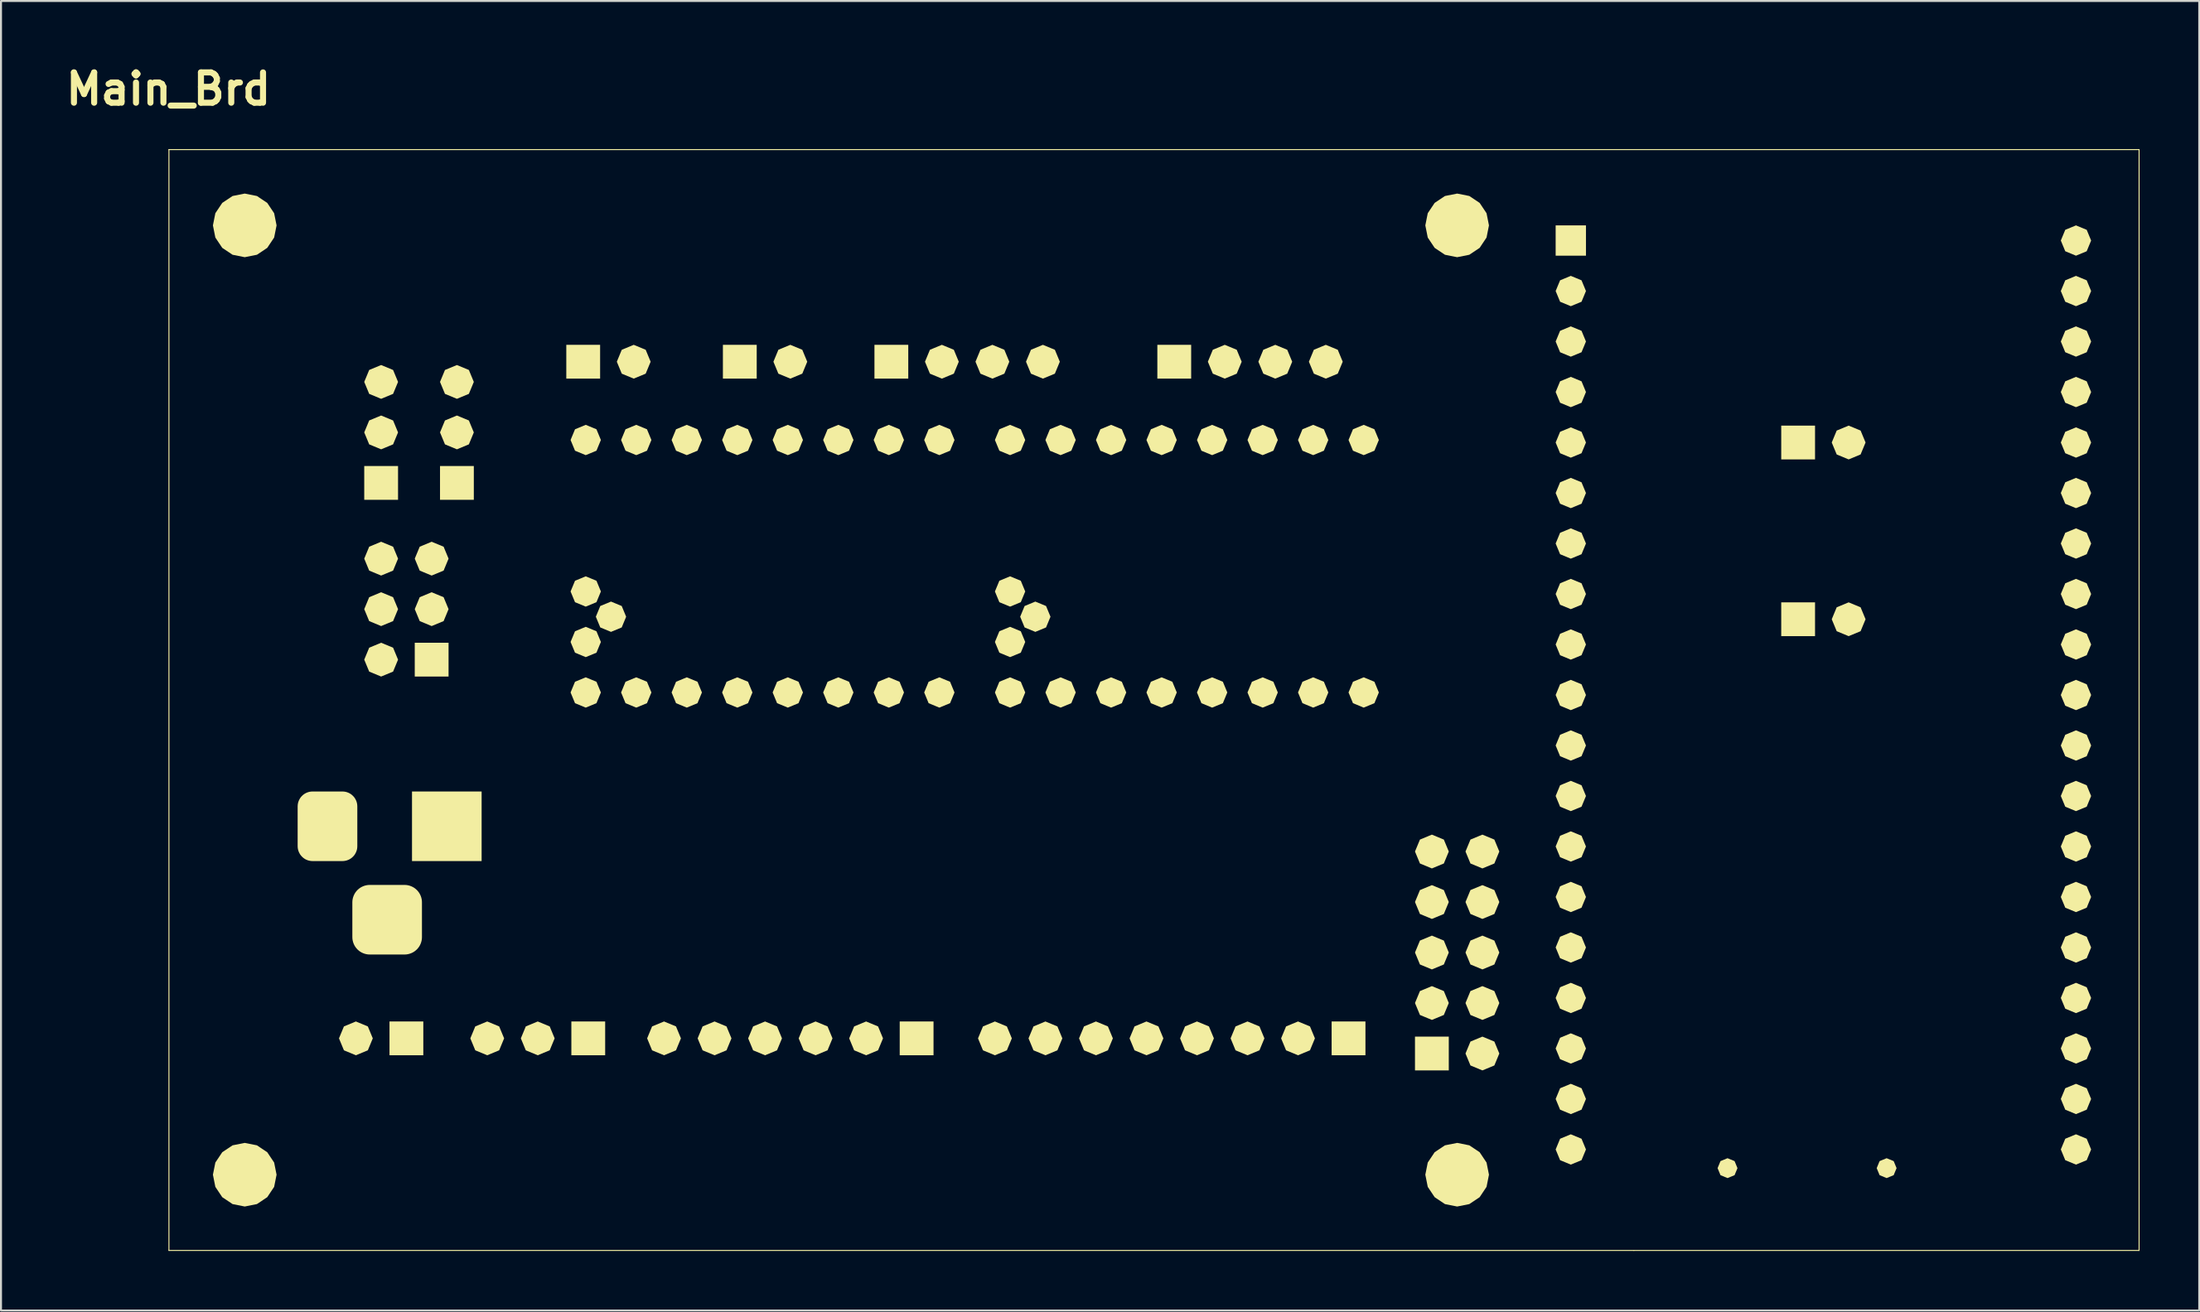
<source format=kicad_pcb>
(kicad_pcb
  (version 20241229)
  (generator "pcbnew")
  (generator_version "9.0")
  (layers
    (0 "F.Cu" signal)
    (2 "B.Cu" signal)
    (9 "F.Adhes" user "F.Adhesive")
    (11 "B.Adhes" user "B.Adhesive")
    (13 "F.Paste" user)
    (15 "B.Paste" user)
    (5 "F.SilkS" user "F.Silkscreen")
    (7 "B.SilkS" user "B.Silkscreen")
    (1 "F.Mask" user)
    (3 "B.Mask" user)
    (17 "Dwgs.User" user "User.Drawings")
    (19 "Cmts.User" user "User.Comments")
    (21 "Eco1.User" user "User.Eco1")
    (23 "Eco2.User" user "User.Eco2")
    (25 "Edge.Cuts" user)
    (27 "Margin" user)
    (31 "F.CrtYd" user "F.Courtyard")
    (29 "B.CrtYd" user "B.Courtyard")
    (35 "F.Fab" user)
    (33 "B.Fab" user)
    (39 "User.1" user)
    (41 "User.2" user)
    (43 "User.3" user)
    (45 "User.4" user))
  (footprint "Main_Brd"
    (layer "F.Cu")
    (at 5.421 4.452)
    (property "Reference" "Main_Brd" (at 0 -3.025 0) (layer "F.SilkS") (effects (font (size 1.524 1.524) (thickness 0.305))))
    (attr exclude_from_pos_files exclude_from_bom)
    (fp_line (start 0.023 0.023) (end 0.023 55.395) (stroke (width 0.05) (type solid)) (layer "F.SilkS"))
    (fp_line (start 0.023 0.023) (end 99.083 0.023) (stroke (width 0.05) (type solid)) (layer "F.SilkS"))
    (fp_line (start 0.023 55.395) (end 73.683 55.395) (stroke (width 0.05) (type solid)) (layer "F.SilkS"))
    (fp_line (start 73.683 55.395) (end 99.083 55.395) (stroke (width 0.05) (type solid)) (layer "F.SilkS"))
    (fp_line (start 99.083 0.023) (end 99.083 55.395) (stroke (width 0.05) (type solid)) (layer "F.SilkS"))
    (fp_poly (pts (xy 11.113 43.879) (xy 12.813 43.879) (xy 12.813 45.579) (xy 11.113 45.579) (xy 11.113 43.879)) (stroke (width 0) (type solid)) (fill yes) (layer "F.SilkS"))
    (fp_poly (pts (xy 11.543 15.939) (xy 11.543 17.639) (xy 9.843 17.639) (xy 9.843 15.939) (xy 11.543 15.939)) (stroke (width 0) (type solid)) (fill yes) (layer "F.SilkS"))
    (fp_poly (pts (xy 12.245 35.811) (xy 12.245 32.311) (xy 15.745 32.311) (xy 15.745 35.811) (xy 12.245 35.811)) (stroke (width 0) (type solid)) (fill yes) (layer "F.SilkS"))
    (fp_poly (pts (xy 14.083 24.829) (xy 14.083 26.529) (xy 12.383 26.529) (xy 12.383 24.829) (xy 14.083 24.829)) (stroke (width 0) (type solid)) (fill yes) (layer "F.SilkS"))
    (fp_poly (pts (xy 15.353 15.939) (xy 15.353 17.639) (xy 13.653 17.639) (xy 13.653 15.939) (xy 15.353 15.939)) (stroke (width 0) (type solid)) (fill yes) (layer "F.SilkS"))
    (fp_poly (pts (xy 20.257 43.879) (xy 21.957 43.879) (xy 21.957 45.579) (xy 20.257 45.579) (xy 20.257 43.879)) (stroke (width 0) (type solid)) (fill yes) (layer "F.SilkS"))
    (fp_poly (pts (xy 21.703 11.543) (xy 20.003 11.543) (xy 20.003 9.843) (xy 21.703 9.843) (xy 21.703 11.543)) (stroke (width 0) (type solid)) (fill yes) (layer "F.SilkS"))
    (fp_poly (pts (xy 29.577 11.543) (xy 27.877 11.543) (xy 27.877 9.843) (xy 29.577 9.843) (xy 29.577 11.543)) (stroke (width 0) (type solid)) (fill yes) (layer "F.SilkS"))
    (fp_poly (pts (xy 36.767 43.879) (xy 38.467 43.879) (xy 38.467 45.579) (xy 36.767 45.579) (xy 36.767 43.879)) (stroke (width 0) (type solid)) (fill yes) (layer "F.SilkS"))
    (fp_poly (pts (xy 37.197 11.543) (xy 35.497 11.543) (xy 35.497 9.843) (xy 37.197 9.843) (xy 37.197 11.543)) (stroke (width 0) (type solid)) (fill yes) (layer "F.SilkS"))
    (fp_poly (pts (xy 51.421 11.543) (xy 49.721 11.543) (xy 49.721 9.843) (xy 51.421 9.843) (xy 51.421 11.543)) (stroke (width 0) (type solid)) (fill yes) (layer "F.SilkS"))
    (fp_poly (pts (xy 58.484 43.879) (xy 60.184 43.879) (xy 60.184 45.579) (xy 58.484 45.579) (xy 58.484 43.879)) (stroke (width 0) (type solid)) (fill yes) (layer "F.SilkS"))
    (fp_poly (pts (xy 64.375 44.641) (xy 64.375 46.341) (xy 62.675 46.341) (xy 62.675 44.641) (xy 64.375 44.641)) (stroke (width 0) (type solid)) (fill yes) (layer "F.SilkS"))
    (fp_poly (pts (xy 69.748 5.359) (xy 69.748 3.835) (xy 71.272 3.835) (xy 71.272 5.359) (xy 69.748 5.359)) (stroke (width 0) (type solid)) (fill yes) (layer "F.SilkS"))
    (fp_poly (pts (xy 82.79 15.607) (xy 81.09 15.607) (xy 81.09 13.907) (xy 82.79 13.907) (xy 82.79 15.607)) (stroke (width 0) (type solid)) (fill yes) (layer "F.SilkS"))
    (fp_poly (pts (xy 82.79 24.497) (xy 81.09 24.497) (xy 81.09 22.797) (xy 82.79 22.797) (xy 82.79 24.497)) (stroke (width 0) (type solid)) (fill yes) (layer "F.SilkS"))
    (fp_poly (pts (xy 10.273 44.729) (xy 10.024 45.33) (xy 9.423 45.579) (xy 8.822 45.33) (xy 8.573 44.729) (xy 8.822 44.128) (xy 9.423 43.879) (xy 10.024 44.128) (xy 10.273 44.729)) (stroke (width 0) (type solid)) (fill yes) (layer "F.SilkS"))
    (fp_poly (pts (xy 11.543 11.709) (xy 11.294 12.31) (xy 10.693 12.559) (xy 10.092 12.31) (xy 9.843 11.709) (xy 10.092 11.108) (xy 10.693 10.859) (xy 11.294 11.108) (xy 11.543 11.709)) (stroke (width 0) (type solid)) (fill yes) (layer "F.SilkS"))
    (fp_poly (pts (xy 11.543 14.249) (xy 11.294 14.85) (xy 10.693 15.099) (xy 10.092 14.85) (xy 9.843 14.249) (xy 10.092 13.648) (xy 10.693 13.399) (xy 11.294 13.648) (xy 11.543 14.249)) (stroke (width 0) (type solid)) (fill yes) (layer "F.SilkS"))
    (fp_poly (pts (xy 11.543 20.599) (xy 11.294 21.2) (xy 10.693 21.449) (xy 10.092 21.2) (xy 9.843 20.599) (xy 10.092 19.998) (xy 10.693 19.749) (xy 11.294 19.998) (xy 11.543 20.599)) (stroke (width 0) (type solid)) (fill yes) (layer "F.SilkS"))
    (fp_poly (pts (xy 11.543 23.139) (xy 11.294 23.74) (xy 10.693 23.989) (xy 10.092 23.74) (xy 9.843 23.139) (xy 10.092 22.538) (xy 10.693 22.289) (xy 11.294 22.538) (xy 11.543 23.139)) (stroke (width 0) (type solid)) (fill yes) (layer "F.SilkS"))
    (fp_poly (pts (xy 11.543 25.679) (xy 11.294 26.28) (xy 10.693 26.529) (xy 10.092 26.28) (xy 9.843 25.679) (xy 10.092 25.078) (xy 10.693 24.829) (xy 11.294 25.078) (xy 11.543 25.679)) (stroke (width 0) (type solid)) (fill yes) (layer "F.SilkS"))
    (fp_poly (pts (xy 14.083 20.599) (xy 13.834 21.2) (xy 13.233 21.449) (xy 12.632 21.2) (xy 12.383 20.599) (xy 12.632 19.998) (xy 13.233 19.749) (xy 13.834 19.998) (xy 14.083 20.599)) (stroke (width 0) (type solid)) (fill yes) (layer "F.SilkS"))
    (fp_poly (pts (xy 14.083 23.139) (xy 13.834 23.74) (xy 13.233 23.989) (xy 12.632 23.74) (xy 12.383 23.139) (xy 12.632 22.538) (xy 13.233 22.289) (xy 13.834 22.538) (xy 14.083 23.139)) (stroke (width 0) (type solid)) (fill yes) (layer "F.SilkS"))
    (fp_poly (pts (xy 15.353 11.709) (xy 15.104 12.31) (xy 14.503 12.559) (xy 13.902 12.31) (xy 13.653 11.709) (xy 13.902 11.108) (xy 14.503 10.859) (xy 15.104 11.108) (xy 15.353 11.709)) (stroke (width 0) (type solid)) (fill yes) (layer "F.SilkS"))
    (fp_poly (pts (xy 15.353 14.249) (xy 15.104 14.85) (xy 14.503 15.099) (xy 13.902 14.85) (xy 13.653 14.249) (xy 13.902 13.648) (xy 14.503 13.399) (xy 15.104 13.648) (xy 15.353 14.249)) (stroke (width 0) (type solid)) (fill yes) (layer "F.SilkS"))
    (fp_poly (pts (xy 16.877 44.729) (xy 16.628 45.33) (xy 16.027 45.579) (xy 15.426 45.33) (xy 15.177 44.729) (xy 15.426 44.128) (xy 16.027 43.879) (xy 16.628 44.128) (xy 16.877 44.729)) (stroke (width 0) (type solid)) (fill yes) (layer "F.SilkS"))
    (fp_poly (pts (xy 19.417 44.729) (xy 19.168 45.33) (xy 18.567 45.579) (xy 17.966 45.33) (xy 17.717 44.729) (xy 17.966 44.128) (xy 18.567 43.879) (xy 19.168 44.128) (xy 19.417 44.729)) (stroke (width 0) (type solid)) (fill yes) (layer "F.SilkS"))
    (fp_poly (pts (xy 21.742 14.63) (xy 21.519 15.169) (xy 20.98 15.392) (xy 20.441 15.169) (xy 20.218 14.63) (xy 20.441 14.091) (xy 20.98 13.868) (xy 21.519 14.091) (xy 21.742 14.63)) (stroke (width 0) (type solid)) (fill yes) (layer "F.SilkS"))
    (fp_poly (pts (xy 21.742 22.25) (xy 21.519 22.789) (xy 20.98 23.012) (xy 20.441 22.789) (xy 20.218 22.25) (xy 20.441 21.711) (xy 20.98 21.488) (xy 21.519 21.711) (xy 21.742 22.25)) (stroke (width 0) (type solid)) (fill yes) (layer "F.SilkS"))
    (fp_poly (pts (xy 21.742 24.79) (xy 21.519 25.329) (xy 20.98 25.552) (xy 20.441 25.329) (xy 20.218 24.79) (xy 20.441 24.251) (xy 20.98 24.028) (xy 21.519 24.251) (xy 21.742 24.79)) (stroke (width 0) (type solid)) (fill yes) (layer "F.SilkS"))
    (fp_poly (pts (xy 21.742 27.33) (xy 21.519 27.869) (xy 20.98 28.092) (xy 20.441 27.869) (xy 20.218 27.33) (xy 20.441 26.791) (xy 20.98 26.568) (xy 21.519 26.791) (xy 21.742 27.33)) (stroke (width 0) (type solid)) (fill yes) (layer "F.SilkS"))
    (fp_poly (pts (xy 23.012 23.52) (xy 22.789 24.059) (xy 22.25 24.282) (xy 21.711 24.059) (xy 21.488 23.52) (xy 21.711 22.981) (xy 22.25 22.758) (xy 22.789 22.981) (xy 23.012 23.52)) (stroke (width 0) (type solid)) (fill yes) (layer "F.SilkS"))
    (fp_poly (pts (xy 24.243 10.693) (xy 23.994 11.294) (xy 23.393 11.543) (xy 22.792 11.294) (xy 22.543 10.693) (xy 22.792 10.092) (xy 23.393 9.843) (xy 23.994 10.092) (xy 24.243 10.693)) (stroke (width 0) (type solid)) (fill yes) (layer "F.SilkS"))
    (fp_poly (pts (xy 24.282 14.63) (xy 24.059 15.169) (xy 23.52 15.392) (xy 22.981 15.169) (xy 22.758 14.63) (xy 22.981 14.091) (xy 23.52 13.868) (xy 24.059 14.091) (xy 24.282 14.63)) (stroke (width 0) (type solid)) (fill yes) (layer "F.SilkS"))
    (fp_poly (pts (xy 24.282 27.33) (xy 24.059 27.869) (xy 23.52 28.092) (xy 22.981 27.869) (xy 22.758 27.33) (xy 22.981 26.791) (xy 23.52 26.568) (xy 24.059 26.791) (xy 24.282 27.33)) (stroke (width 0) (type solid)) (fill yes) (layer "F.SilkS"))
    (fp_poly (pts (xy 25.767 44.729) (xy 25.518 45.33) (xy 24.917 45.579) (xy 24.316 45.33) (xy 24.067 44.729) (xy 24.316 44.128) (xy 24.917 43.879) (xy 25.518 44.128) (xy 25.767 44.729)) (stroke (width 0) (type solid)) (fill yes) (layer "F.SilkS"))
    (fp_poly (pts (xy 26.822 14.63) (xy 26.599 15.169) (xy 26.06 15.392) (xy 25.521 15.169) (xy 25.298 14.63) (xy 25.521 14.091) (xy 26.06 13.868) (xy 26.599 14.091) (xy 26.822 14.63)) (stroke (width 0) (type solid)) (fill yes) (layer "F.SilkS"))
    (fp_poly (pts (xy 26.822 27.33) (xy 26.599 27.869) (xy 26.06 28.092) (xy 25.521 27.869) (xy 25.298 27.33) (xy 25.521 26.791) (xy 26.06 26.568) (xy 26.599 26.791) (xy 26.822 27.33)) (stroke (width 0) (type solid)) (fill yes) (layer "F.SilkS"))
    (fp_poly (pts (xy 28.307 44.729) (xy 28.058 45.33) (xy 27.457 45.579) (xy 26.856 45.33) (xy 26.607 44.729) (xy 26.856 44.128) (xy 27.457 43.879) (xy 28.058 44.128) (xy 28.307 44.729)) (stroke (width 0) (type solid)) (fill yes) (layer "F.SilkS"))
    (fp_poly (pts (xy 29.362 14.63) (xy 29.139 15.169) (xy 28.6 15.392) (xy 28.061 15.169) (xy 27.838 14.63) (xy 28.061 14.091) (xy 28.6 13.868) (xy 29.139 14.091) (xy 29.362 14.63)) (stroke (width 0) (type solid)) (fill yes) (layer "F.SilkS"))
    (fp_poly (pts (xy 29.362 27.33) (xy 29.139 27.869) (xy 28.6 28.092) (xy 28.061 27.869) (xy 27.838 27.33) (xy 28.061 26.791) (xy 28.6 26.568) (xy 29.139 26.791) (xy 29.362 27.33)) (stroke (width 0) (type solid)) (fill yes) (layer "F.SilkS"))
    (fp_poly (pts (xy 30.847 44.729) (xy 30.598 45.33) (xy 29.997 45.579) (xy 29.396 45.33) (xy 29.147 44.729) (xy 29.396 44.128) (xy 29.997 43.879) (xy 30.598 44.128) (xy 30.847 44.729)) (stroke (width 0) (type solid)) (fill yes) (layer "F.SilkS"))
    (fp_poly (pts (xy 31.902 14.63) (xy 31.679 15.169) (xy 31.14 15.392) (xy 30.601 15.169) (xy 30.378 14.63) (xy 30.601 14.091) (xy 31.14 13.868) (xy 31.679 14.091) (xy 31.902 14.63)) (stroke (width 0) (type solid)) (fill yes) (layer "F.SilkS"))
    (fp_poly (pts (xy 31.902 27.33) (xy 31.679 27.869) (xy 31.14 28.092) (xy 30.601 27.869) (xy 30.378 27.33) (xy 30.601 26.791) (xy 31.14 26.568) (xy 31.679 26.791) (xy 31.902 27.33)) (stroke (width 0) (type solid)) (fill yes) (layer "F.SilkS"))
    (fp_poly (pts (xy 32.117 10.693) (xy 31.868 11.294) (xy 31.267 11.543) (xy 30.666 11.294) (xy 30.417 10.693) (xy 30.666 10.092) (xy 31.267 9.843) (xy 31.868 10.092) (xy 32.117 10.693)) (stroke (width 0) (type solid)) (fill yes) (layer "F.SilkS"))
    (fp_poly (pts (xy 33.387 44.729) (xy 33.138 45.33) (xy 32.537 45.579) (xy 31.936 45.33) (xy 31.687 44.729) (xy 31.936 44.128) (xy 32.537 43.879) (xy 33.138 44.128) (xy 33.387 44.729)) (stroke (width 0) (type solid)) (fill yes) (layer "F.SilkS"))
    (fp_poly (pts (xy 34.442 14.63) (xy 34.219 15.169) (xy 33.68 15.392) (xy 33.141 15.169) (xy 32.918 14.63) (xy 33.141 14.091) (xy 33.68 13.868) (xy 34.219 14.091) (xy 34.442 14.63)) (stroke (width 0) (type solid)) (fill yes) (layer "F.SilkS"))
    (fp_poly (pts (xy 34.442 27.33) (xy 34.219 27.869) (xy 33.68 28.092) (xy 33.141 27.869) (xy 32.918 27.33) (xy 33.141 26.791) (xy 33.68 26.568) (xy 34.219 26.791) (xy 34.442 27.33)) (stroke (width 0) (type solid)) (fill yes) (layer "F.SilkS"))
    (fp_poly (pts (xy 35.927 44.729) (xy 35.678 45.33) (xy 35.077 45.579) (xy 34.476 45.33) (xy 34.227 44.729) (xy 34.476 44.128) (xy 35.077 43.879) (xy 35.678 44.128) (xy 35.927 44.729)) (stroke (width 0) (type solid)) (fill yes) (layer "F.SilkS"))
    (fp_poly (pts (xy 36.982 14.63) (xy 36.759 15.169) (xy 36.22 15.392) (xy 35.681 15.169) (xy 35.458 14.63) (xy 35.681 14.091) (xy 36.22 13.868) (xy 36.759 14.091) (xy 36.982 14.63)) (stroke (width 0) (type solid)) (fill yes) (layer "F.SilkS"))
    (fp_poly (pts (xy 36.982 27.33) (xy 36.759 27.869) (xy 36.22 28.092) (xy 35.681 27.869) (xy 35.458 27.33) (xy 35.681 26.791) (xy 36.22 26.568) (xy 36.759 26.791) (xy 36.982 27.33)) (stroke (width 0) (type solid)) (fill yes) (layer "F.SilkS"))
    (fp_poly (pts (xy 39.522 14.63) (xy 39.299 15.169) (xy 38.76 15.392) (xy 38.221 15.169) (xy 37.998 14.63) (xy 38.221 14.091) (xy 38.76 13.868) (xy 39.299 14.091) (xy 39.522 14.63)) (stroke (width 0) (type solid)) (fill yes) (layer "F.SilkS"))
    (fp_poly (pts (xy 39.522 27.33) (xy 39.299 27.869) (xy 38.76 28.092) (xy 38.221 27.869) (xy 37.998 27.33) (xy 38.221 26.791) (xy 38.76 26.568) (xy 39.299 26.791) (xy 39.522 27.33)) (stroke (width 0) (type solid)) (fill yes) (layer "F.SilkS"))
    (fp_poly (pts (xy 39.737 10.693) (xy 39.488 11.294) (xy 38.887 11.543) (xy 38.286 11.294) (xy 38.037 10.693) (xy 38.286 10.092) (xy 38.887 9.843) (xy 39.488 10.092) (xy 39.737 10.693)) (stroke (width 0) (type solid)) (fill yes) (layer "F.SilkS"))
    (fp_poly (pts (xy 42.277 10.693) (xy 42.028 11.294) (xy 41.427 11.543) (xy 40.826 11.294) (xy 40.577 10.693) (xy 40.826 10.092) (xy 41.427 9.843) (xy 42.028 10.092) (xy 42.277 10.693)) (stroke (width 0) (type solid)) (fill yes) (layer "F.SilkS"))
    (fp_poly (pts (xy 42.404 44.729) (xy 42.155 45.33) (xy 41.554 45.579) (xy 40.953 45.33) (xy 40.704 44.729) (xy 40.953 44.128) (xy 41.554 43.879) (xy 42.155 44.128) (xy 42.404 44.729)) (stroke (width 0) (type solid)) (fill yes) (layer "F.SilkS"))
    (fp_poly (pts (xy 43.078 14.63) (xy 42.855 15.169) (xy 42.316 15.392) (xy 41.777 15.169) (xy 41.554 14.63) (xy 41.777 14.091) (xy 42.316 13.868) (xy 42.855 14.091) (xy 43.078 14.63)) (stroke (width 0) (type solid)) (fill yes) (layer "F.SilkS"))
    (fp_poly (pts (xy 43.078 22.25) (xy 42.855 22.789) (xy 42.316 23.012) (xy 41.777 22.789) (xy 41.554 22.25) (xy 41.777 21.711) (xy 42.316 21.488) (xy 42.855 21.711) (xy 43.078 22.25)) (stroke (width 0) (type solid)) (fill yes) (layer "F.SilkS"))
    (fp_poly (pts (xy 43.078 24.79) (xy 42.855 25.329) (xy 42.316 25.552) (xy 41.777 25.329) (xy 41.554 24.79) (xy 41.777 24.251) (xy 42.316 24.028) (xy 42.855 24.251) (xy 43.078 24.79)) (stroke (width 0) (type solid)) (fill yes) (layer "F.SilkS"))
    (fp_poly (pts (xy 43.078 27.33) (xy 42.855 27.869) (xy 42.316 28.092) (xy 41.777 27.869) (xy 41.554 27.33) (xy 41.777 26.791) (xy 42.316 26.568) (xy 42.855 26.791) (xy 43.078 27.33)) (stroke (width 0) (type solid)) (fill yes) (layer "F.SilkS"))
    (fp_poly (pts (xy 44.348 23.52) (xy 44.125 24.059) (xy 43.586 24.282) (xy 43.047 24.059) (xy 42.824 23.52) (xy 43.047 22.981) (xy 43.586 22.758) (xy 44.125 22.981) (xy 44.348 23.52)) (stroke (width 0) (type solid)) (fill yes) (layer "F.SilkS"))
    (fp_poly (pts (xy 44.817 10.693) (xy 44.568 11.294) (xy 43.967 11.543) (xy 43.366 11.294) (xy 43.117 10.693) (xy 43.366 10.092) (xy 43.967 9.843) (xy 44.568 10.092) (xy 44.817 10.693)) (stroke (width 0) (type solid)) (fill yes) (layer "F.SilkS"))
    (fp_poly (pts (xy 44.944 44.729) (xy 44.695 45.33) (xy 44.094 45.579) (xy 43.493 45.33) (xy 43.244 44.729) (xy 43.493 44.128) (xy 44.094 43.879) (xy 44.695 44.128) (xy 44.944 44.729)) (stroke (width 0) (type solid)) (fill yes) (layer "F.SilkS"))
    (fp_poly (pts (xy 45.618 14.63) (xy 45.395 15.169) (xy 44.856 15.392) (xy 44.317 15.169) (xy 44.094 14.63) (xy 44.317 14.091) (xy 44.856 13.868) (xy 45.395 14.091) (xy 45.618 14.63)) (stroke (width 0) (type solid)) (fill yes) (layer "F.SilkS"))
    (fp_poly (pts (xy 45.618 27.33) (xy 45.395 27.869) (xy 44.856 28.092) (xy 44.317 27.869) (xy 44.094 27.33) (xy 44.317 26.791) (xy 44.856 26.568) (xy 45.395 26.791) (xy 45.618 27.33)) (stroke (width 0) (type solid)) (fill yes) (layer "F.SilkS"))
    (fp_poly (pts (xy 47.484 44.729) (xy 47.235 45.33) (xy 46.634 45.579) (xy 46.033 45.33) (xy 45.784 44.729) (xy 46.033 44.128) (xy 46.634 43.879) (xy 47.235 44.128) (xy 47.484 44.729)) (stroke (width 0) (type solid)) (fill yes) (layer "F.SilkS"))
    (fp_poly (pts (xy 48.158 14.63) (xy 47.935 15.169) (xy 47.396 15.392) (xy 46.857 15.169) (xy 46.634 14.63) (xy 46.857 14.091) (xy 47.396 13.868) (xy 47.935 14.091) (xy 48.158 14.63)) (stroke (width 0) (type solid)) (fill yes) (layer "F.SilkS"))
    (fp_poly (pts (xy 48.158 27.33) (xy 47.935 27.869) (xy 47.396 28.092) (xy 46.857 27.869) (xy 46.634 27.33) (xy 46.857 26.791) (xy 47.396 26.568) (xy 47.935 26.791) (xy 48.158 27.33)) (stroke (width 0) (type solid)) (fill yes) (layer "F.SilkS"))
    (fp_poly (pts (xy 50.024 44.729) (xy 49.775 45.33) (xy 49.174 45.579) (xy 48.573 45.33) (xy 48.324 44.729) (xy 48.573 44.128) (xy 49.174 43.879) (xy 49.775 44.128) (xy 50.024 44.729)) (stroke (width 0) (type solid)) (fill yes) (layer "F.SilkS"))
    (fp_poly (pts (xy 50.698 14.63) (xy 50.475 15.169) (xy 49.936 15.392) (xy 49.397 15.169) (xy 49.174 14.63) (xy 49.397 14.091) (xy 49.936 13.868) (xy 50.475 14.091) (xy 50.698 14.63)) (stroke (width 0) (type solid)) (fill yes) (layer "F.SilkS"))
    (fp_poly (pts (xy 50.698 27.33) (xy 50.475 27.869) (xy 49.936 28.092) (xy 49.397 27.869) (xy 49.174 27.33) (xy 49.397 26.791) (xy 49.936 26.568) (xy 50.475 26.791) (xy 50.698 27.33)) (stroke (width 0) (type solid)) (fill yes) (layer "F.SilkS"))
    (fp_poly (pts (xy 52.564 44.729) (xy 52.315 45.33) (xy 51.714 45.579) (xy 51.113 45.33) (xy 50.864 44.729) (xy 51.113 44.128) (xy 51.714 43.879) (xy 52.315 44.128) (xy 52.564 44.729)) (stroke (width 0) (type solid)) (fill yes) (layer "F.SilkS"))
    (fp_poly (pts (xy 53.238 14.63) (xy 53.015 15.169) (xy 52.476 15.392) (xy 51.937 15.169) (xy 51.714 14.63) (xy 51.937 14.091) (xy 52.476 13.868) (xy 53.015 14.091) (xy 53.238 14.63)) (stroke (width 0) (type solid)) (fill yes) (layer "F.SilkS"))
    (fp_poly (pts (xy 53.238 27.33) (xy 53.015 27.869) (xy 52.476 28.092) (xy 51.937 27.869) (xy 51.714 27.33) (xy 51.937 26.791) (xy 52.476 26.568) (xy 53.015 26.791) (xy 53.238 27.33)) (stroke (width 0) (type solid)) (fill yes) (layer "F.SilkS"))
    (fp_poly (pts (xy 53.961 10.693) (xy 53.712 11.294) (xy 53.111 11.543) (xy 52.51 11.294) (xy 52.261 10.693) (xy 52.51 10.092) (xy 53.111 9.843) (xy 53.712 10.092) (xy 53.961 10.693)) (stroke (width 0) (type solid)) (fill yes) (layer "F.SilkS"))
    (fp_poly (pts (xy 55.104 44.729) (xy 54.855 45.33) (xy 54.254 45.579) (xy 53.653 45.33) (xy 53.404 44.729) (xy 53.653 44.128) (xy 54.254 43.879) (xy 54.855 44.128) (xy 55.104 44.729)) (stroke (width 0) (type solid)) (fill yes) (layer "F.SilkS"))
    (fp_poly (pts (xy 55.778 14.63) (xy 55.555 15.169) (xy 55.016 15.392) (xy 54.477 15.169) (xy 54.254 14.63) (xy 54.477 14.091) (xy 55.016 13.868) (xy 55.555 14.091) (xy 55.778 14.63)) (stroke (width 0) (type solid)) (fill yes) (layer "F.SilkS"))
    (fp_poly (pts (xy 55.778 27.33) (xy 55.555 27.869) (xy 55.016 28.092) (xy 54.477 27.869) (xy 54.254 27.33) (xy 54.477 26.791) (xy 55.016 26.568) (xy 55.555 26.791) (xy 55.778 27.33)) (stroke (width 0) (type solid)) (fill yes) (layer "F.SilkS"))
    (fp_poly (pts (xy 56.501 10.693) (xy 56.252 11.294) (xy 55.651 11.543) (xy 55.05 11.294) (xy 54.801 10.693) (xy 55.05 10.092) (xy 55.651 9.843) (xy 56.252 10.092) (xy 56.501 10.693)) (stroke (width 0) (type solid)) (fill yes) (layer "F.SilkS"))
    (fp_poly (pts (xy 57.644 44.729) (xy 57.395 45.33) (xy 56.794 45.579) (xy 56.193 45.33) (xy 55.944 44.729) (xy 56.193 44.128) (xy 56.794 43.879) (xy 57.395 44.128) (xy 57.644 44.729)) (stroke (width 0) (type solid)) (fill yes) (layer "F.SilkS"))
    (fp_poly (pts (xy 58.318 14.63) (xy 58.095 15.169) (xy 57.556 15.392) (xy 57.017 15.169) (xy 56.794 14.63) (xy 57.017 14.091) (xy 57.556 13.868) (xy 58.095 14.091) (xy 58.318 14.63)) (stroke (width 0) (type solid)) (fill yes) (layer "F.SilkS"))
    (fp_poly (pts (xy 58.318 27.33) (xy 58.095 27.869) (xy 57.556 28.092) (xy 57.017 27.869) (xy 56.794 27.33) (xy 57.017 26.791) (xy 57.556 26.568) (xy 58.095 26.791) (xy 58.318 27.33)) (stroke (width 0) (type solid)) (fill yes) (layer "F.SilkS"))
    (fp_poly (pts (xy 59.041 10.693) (xy 58.792 11.294) (xy 58.191 11.543) (xy 57.59 11.294) (xy 57.341 10.693) (xy 57.59 10.092) (xy 58.191 9.843) (xy 58.792 10.092) (xy 59.041 10.693)) (stroke (width 0) (type solid)) (fill yes) (layer "F.SilkS"))
    (fp_poly (pts (xy 60.858 14.63) (xy 60.635 15.169) (xy 60.096 15.392) (xy 59.557 15.169) (xy 59.334 14.63) (xy 59.557 14.091) (xy 60.096 13.868) (xy 60.635 14.091) (xy 60.858 14.63)) (stroke (width 0) (type solid)) (fill yes) (layer "F.SilkS"))
    (fp_poly (pts (xy 60.858 27.33) (xy 60.635 27.869) (xy 60.096 28.092) (xy 59.557 27.869) (xy 59.334 27.33) (xy 59.557 26.791) (xy 60.096 26.568) (xy 60.635 26.791) (xy 60.858 27.33)) (stroke (width 0) (type solid)) (fill yes) (layer "F.SilkS"))
    (fp_poly (pts (xy 64.375 35.331) (xy 64.126 35.932) (xy 63.525 36.181) (xy 62.924 35.932) (xy 62.675 35.331) (xy 62.924 34.73) (xy 63.525 34.481) (xy 64.126 34.73) (xy 64.375 35.331)) (stroke (width 0) (type solid)) (fill yes) (layer "F.SilkS"))
    (fp_poly (pts (xy 64.375 37.871) (xy 64.126 38.472) (xy 63.525 38.721) (xy 62.924 38.472) (xy 62.675 37.871) (xy 62.924 37.27) (xy 63.525 37.021) (xy 64.126 37.27) (xy 64.375 37.871)) (stroke (width 0) (type solid)) (fill yes) (layer "F.SilkS"))
    (fp_poly (pts (xy 64.375 40.411) (xy 64.126 41.012) (xy 63.525 41.261) (xy 62.924 41.012) (xy 62.675 40.411) (xy 62.924 39.81) (xy 63.525 39.561) (xy 64.126 39.81) (xy 64.375 40.411)) (stroke (width 0) (type solid)) (fill yes) (layer "F.SilkS"))
    (fp_poly (pts (xy 64.375 42.951) (xy 64.126 43.552) (xy 63.525 43.801) (xy 62.924 43.552) (xy 62.675 42.951) (xy 62.924 42.35) (xy 63.525 42.101) (xy 64.126 42.35) (xy 64.375 42.951)) (stroke (width 0) (type solid)) (fill yes) (layer "F.SilkS"))
    (fp_poly (pts (xy 66.915 35.331) (xy 66.666 35.932) (xy 66.065 36.181) (xy 65.464 35.932) (xy 65.215 35.331) (xy 65.464 34.73) (xy 66.065 34.481) (xy 66.666 34.73) (xy 66.915 35.331)) (stroke (width 0) (type solid)) (fill yes) (layer "F.SilkS"))
    (fp_poly (pts (xy 66.915 37.871) (xy 66.666 38.472) (xy 66.065 38.721) (xy 65.464 38.472) (xy 65.215 37.871) (xy 65.464 37.27) (xy 66.065 37.021) (xy 66.666 37.27) (xy 66.915 37.871)) (stroke (width 0) (type solid)) (fill yes) (layer "F.SilkS"))
    (fp_poly (pts (xy 66.915 40.411) (xy 66.666 41.012) (xy 66.065 41.261) (xy 65.464 41.012) (xy 65.215 40.411) (xy 65.464 39.81) (xy 66.065 39.561) (xy 66.666 39.81) (xy 66.915 40.411)) (stroke (width 0) (type solid)) (fill yes) (layer "F.SilkS"))
    (fp_poly (pts (xy 66.915 42.951) (xy 66.666 43.552) (xy 66.065 43.801) (xy 65.464 43.552) (xy 65.215 42.951) (xy 65.464 42.35) (xy 66.065 42.101) (xy 66.666 42.35) (xy 66.915 42.951)) (stroke (width 0) (type solid)) (fill yes) (layer "F.SilkS"))
    (fp_poly (pts (xy 66.915 45.491) (xy 66.666 46.092) (xy 66.065 46.341) (xy 65.464 46.092) (xy 65.215 45.491) (xy 65.464 44.89) (xy 66.065 44.641) (xy 66.666 44.89) (xy 66.915 45.491)) (stroke (width 0) (type solid)) (fill yes) (layer "F.SilkS"))
    (fp_poly (pts (xy 71.272 7.137) (xy 71.049 7.676) (xy 70.51 7.899) (xy 69.971 7.676) (xy 69.748 7.137) (xy 69.971 6.598) (xy 70.51 6.375) (xy 71.049 6.598) (xy 71.272 7.137)) (stroke (width 0) (type solid)) (fill yes) (layer "F.SilkS"))
    (fp_poly (pts (xy 71.272 9.677) (xy 71.049 10.216) (xy 70.51 10.439) (xy 69.971 10.216) (xy 69.748 9.677) (xy 69.971 9.138) (xy 70.51 8.915) (xy 71.049 9.138) (xy 71.272 9.677)) (stroke (width 0) (type solid)) (fill yes) (layer "F.SilkS"))
    (fp_poly (pts (xy 71.272 12.217) (xy 71.049 12.756) (xy 70.51 12.979) (xy 69.971 12.756) (xy 69.748 12.217) (xy 69.971 11.678) (xy 70.51 11.455) (xy 71.049 11.678) (xy 71.272 12.217)) (stroke (width 0) (type solid)) (fill yes) (layer "F.SilkS"))
    (fp_poly (pts (xy 71.272 14.757) (xy 71.049 15.296) (xy 70.51 15.519) (xy 69.971 15.296) (xy 69.748 14.757) (xy 69.971 14.218) (xy 70.51 13.995) (xy 71.049 14.218) (xy 71.272 14.757)) (stroke (width 0) (type solid)) (fill yes) (layer "F.SilkS"))
    (fp_poly (pts (xy 71.272 17.297) (xy 71.049 17.836) (xy 70.51 18.059) (xy 69.971 17.836) (xy 69.748 17.297) (xy 69.971 16.758) (xy 70.51 16.535) (xy 71.049 16.758) (xy 71.272 17.297)) (stroke (width 0) (type solid)) (fill yes) (layer "F.SilkS"))
    (fp_poly (pts (xy 71.272 19.837) (xy 71.049 20.376) (xy 70.51 20.599) (xy 69.971 20.376) (xy 69.748 19.837) (xy 69.971 19.298) (xy 70.51 19.075) (xy 71.049 19.298) (xy 71.272 19.837)) (stroke (width 0) (type solid)) (fill yes) (layer "F.SilkS"))
    (fp_poly (pts (xy 71.272 22.377) (xy 71.049 22.916) (xy 70.51 23.139) (xy 69.971 22.916) (xy 69.748 22.377) (xy 69.971 21.838) (xy 70.51 21.615) (xy 71.049 21.838) (xy 71.272 22.377)) (stroke (width 0) (type solid)) (fill yes) (layer "F.SilkS"))
    (fp_poly (pts (xy 71.272 24.917) (xy 71.049 25.456) (xy 70.51 25.679) (xy 69.971 25.456) (xy 69.748 24.917) (xy 69.971 24.378) (xy 70.51 24.155) (xy 71.049 24.378) (xy 71.272 24.917)) (stroke (width 0) (type solid)) (fill yes) (layer "F.SilkS"))
    (fp_poly (pts (xy 71.272 27.457) (xy 71.049 27.996) (xy 70.51 28.219) (xy 69.971 27.996) (xy 69.748 27.457) (xy 69.971 26.918) (xy 70.51 26.695) (xy 71.049 26.918) (xy 71.272 27.457)) (stroke (width 0) (type solid)) (fill yes) (layer "F.SilkS"))
    (fp_poly (pts (xy 71.272 29.997) (xy 71.049 30.536) (xy 70.51 30.759) (xy 69.971 30.536) (xy 69.748 29.997) (xy 69.971 29.458) (xy 70.51 29.235) (xy 71.049 29.458) (xy 71.272 29.997)) (stroke (width 0) (type solid)) (fill yes) (layer "F.SilkS"))
    (fp_poly (pts (xy 71.272 32.537) (xy 71.049 33.076) (xy 70.51 33.299) (xy 69.971 33.076) (xy 69.748 32.537) (xy 69.971 31.998) (xy 70.51 31.775) (xy 71.049 31.998) (xy 71.272 32.537)) (stroke (width 0) (type solid)) (fill yes) (layer "F.SilkS"))
    (fp_poly (pts (xy 71.272 35.077) (xy 71.049 35.616) (xy 70.51 35.839) (xy 69.971 35.616) (xy 69.748 35.077) (xy 69.971 34.538) (xy 70.51 34.315) (xy 71.049 34.538) (xy 71.272 35.077)) (stroke (width 0) (type solid)) (fill yes) (layer "F.SilkS"))
    (fp_poly (pts (xy 71.272 37.617) (xy 71.049 38.156) (xy 70.51 38.379) (xy 69.971 38.156) (xy 69.748 37.617) (xy 69.971 37.078) (xy 70.51 36.855) (xy 71.049 37.078) (xy 71.272 37.617)) (stroke (width 0) (type solid)) (fill yes) (layer "F.SilkS"))
    (fp_poly (pts (xy 71.272 40.157) (xy 71.049 40.696) (xy 70.51 40.919) (xy 69.971 40.696) (xy 69.748 40.157) (xy 69.971 39.618) (xy 70.51 39.395) (xy 71.049 39.618) (xy 71.272 40.157)) (stroke (width 0) (type solid)) (fill yes) (layer "F.SilkS"))
    (fp_poly (pts (xy 71.272 42.697) (xy 71.049 43.236) (xy 70.51 43.459) (xy 69.971 43.236) (xy 69.748 42.697) (xy 69.971 42.158) (xy 70.51 41.935) (xy 71.049 42.158) (xy 71.272 42.697)) (stroke (width 0) (type solid)) (fill yes) (layer "F.SilkS"))
    (fp_poly (pts (xy 71.272 45.237) (xy 71.049 45.776) (xy 70.51 45.999) (xy 69.971 45.776) (xy 69.748 45.237) (xy 69.971 44.698) (xy 70.51 44.475) (xy 71.049 44.698) (xy 71.272 45.237)) (stroke (width 0) (type solid)) (fill yes) (layer "F.SilkS"))
    (fp_poly (pts (xy 71.272 47.777) (xy 71.049 48.316) (xy 70.51 48.539) (xy 69.971 48.316) (xy 69.748 47.777) (xy 69.971 47.238) (xy 70.51 47.015) (xy 71.049 47.238) (xy 71.272 47.777)) (stroke (width 0) (type solid)) (fill yes) (layer "F.SilkS"))
    (fp_poly (pts (xy 71.272 50.317) (xy 71.049 50.856) (xy 70.51 51.079) (xy 69.971 50.856) (xy 69.748 50.317) (xy 69.971 49.778) (xy 70.51 49.555) (xy 71.049 49.778) (xy 71.272 50.317)) (stroke (width 0) (type solid)) (fill yes) (layer "F.SilkS"))
    (fp_poly (pts (xy 78.89 51.257) (xy 78.744 51.61) (xy 78.39 51.757) (xy 78.036 51.61) (xy 77.89 51.257) (xy 78.036 50.903) (xy 78.39 50.757) (xy 78.744 50.903) (xy 78.89 51.257)) (stroke (width 0) (type solid)) (fill yes) (layer "F.SilkS"))
    (fp_poly (pts (xy 85.33 14.757) (xy 85.081 15.358) (xy 84.48 15.607) (xy 83.879 15.358) (xy 83.63 14.757) (xy 83.879 14.156) (xy 84.48 13.907) (xy 85.081 14.156) (xy 85.33 14.757)) (stroke (width 0) (type solid)) (fill yes) (layer "F.SilkS"))
    (fp_poly (pts (xy 85.33 23.647) (xy 85.081 24.248) (xy 84.48 24.497) (xy 83.879 24.248) (xy 83.63 23.647) (xy 83.879 23.046) (xy 84.48 22.797) (xy 85.081 23.046) (xy 85.33 23.647)) (stroke (width 0) (type solid)) (fill yes) (layer "F.SilkS"))
    (fp_poly (pts (xy 86.89 51.257) (xy 86.744 51.61) (xy 86.39 51.757) (xy 86.036 51.61) (xy 85.89 51.257) (xy 86.036 50.903) (xy 86.39 50.757) (xy 86.744 50.903) (xy 86.89 51.257)) (stroke (width 0) (type solid)) (fill yes) (layer "F.SilkS"))
    (fp_poly (pts (xy 96.672 4.597) (xy 96.449 5.136) (xy 95.91 5.359) (xy 95.371 5.136) (xy 95.148 4.597) (xy 95.371 4.058) (xy 95.91 3.835) (xy 96.449 4.058) (xy 96.672 4.597)) (stroke (width 0) (type solid)) (fill yes) (layer "F.SilkS"))
    (fp_poly (pts (xy 96.672 7.137) (xy 96.449 7.676) (xy 95.91 7.899) (xy 95.371 7.676) (xy 95.148 7.137) (xy 95.371 6.598) (xy 95.91 6.375) (xy 96.449 6.598) (xy 96.672 7.137)) (stroke (width 0) (type solid)) (fill yes) (layer "F.SilkS"))
    (fp_poly (pts (xy 96.672 9.677) (xy 96.449 10.216) (xy 95.91 10.439) (xy 95.371 10.216) (xy 95.148 9.677) (xy 95.371 9.138) (xy 95.91 8.915) (xy 96.449 9.138) (xy 96.672 9.677)) (stroke (width 0) (type solid)) (fill yes) (layer "F.SilkS"))
    (fp_poly (pts (xy 96.672 12.217) (xy 96.449 12.756) (xy 95.91 12.979) (xy 95.371 12.756) (xy 95.148 12.217) (xy 95.371 11.678) (xy 95.91 11.455) (xy 96.449 11.678) (xy 96.672 12.217)) (stroke (width 0) (type solid)) (fill yes) (layer "F.SilkS"))
    (fp_poly (pts (xy 96.672 14.757) (xy 96.449 15.296) (xy 95.91 15.519) (xy 95.371 15.296) (xy 95.148 14.757) (xy 95.371 14.218) (xy 95.91 13.995) (xy 96.449 14.218) (xy 96.672 14.757)) (stroke (width 0) (type solid)) (fill yes) (layer "F.SilkS"))
    (fp_poly (pts (xy 96.672 17.297) (xy 96.449 17.836) (xy 95.91 18.059) (xy 95.371 17.836) (xy 95.148 17.297) (xy 95.371 16.758) (xy 95.91 16.535) (xy 96.449 16.758) (xy 96.672 17.297)) (stroke (width 0) (type solid)) (fill yes) (layer "F.SilkS"))
    (fp_poly (pts (xy 96.672 19.837) (xy 96.449 20.376) (xy 95.91 20.599) (xy 95.371 20.376) (xy 95.148 19.837) (xy 95.371 19.298) (xy 95.91 19.075) (xy 96.449 19.298) (xy 96.672 19.837)) (stroke (width 0) (type solid)) (fill yes) (layer "F.SilkS"))
    (fp_poly (pts (xy 96.672 22.377) (xy 96.449 22.916) (xy 95.91 23.139) (xy 95.371 22.916) (xy 95.148 22.377) (xy 95.371 21.838) (xy 95.91 21.615) (xy 96.449 21.838) (xy 96.672 22.377)) (stroke (width 0) (type solid)) (fill yes) (layer "F.SilkS"))
    (fp_poly (pts (xy 96.672 24.917) (xy 96.449 25.456) (xy 95.91 25.679) (xy 95.371 25.456) (xy 95.148 24.917) (xy 95.371 24.378) (xy 95.91 24.155) (xy 96.449 24.378) (xy 96.672 24.917)) (stroke (width 0) (type solid)) (fill yes) (layer "F.SilkS"))
    (fp_poly (pts (xy 96.672 27.457) (xy 96.449 27.996) (xy 95.91 28.219) (xy 95.371 27.996) (xy 95.148 27.457) (xy 95.371 26.918) (xy 95.91 26.695) (xy 96.449 26.918) (xy 96.672 27.457)) (stroke (width 0) (type solid)) (fill yes) (layer "F.SilkS"))
    (fp_poly (pts (xy 96.672 29.997) (xy 96.449 30.536) (xy 95.91 30.759) (xy 95.371 30.536) (xy 95.148 29.997) (xy 95.371 29.458) (xy 95.91 29.235) (xy 96.449 29.458) (xy 96.672 29.997)) (stroke (width 0) (type solid)) (fill yes) (layer "F.SilkS"))
    (fp_poly (pts (xy 96.672 32.537) (xy 96.449 33.076) (xy 95.91 33.299) (xy 95.371 33.076) (xy 95.148 32.537) (xy 95.371 31.998) (xy 95.91 31.775) (xy 96.449 31.998) (xy 96.672 32.537)) (stroke (width 0) (type solid)) (fill yes) (layer "F.SilkS"))
    (fp_poly (pts (xy 96.672 35.077) (xy 96.449 35.616) (xy 95.91 35.839) (xy 95.371 35.616) (xy 95.148 35.077) (xy 95.371 34.538) (xy 95.91 34.315) (xy 96.449 34.538) (xy 96.672 35.077)) (stroke (width 0) (type solid)) (fill yes) (layer "F.SilkS"))
    (fp_poly (pts (xy 96.672 37.617) (xy 96.449 38.156) (xy 95.91 38.379) (xy 95.371 38.156) (xy 95.148 37.617) (xy 95.371 37.078) (xy 95.91 36.855) (xy 96.449 37.078) (xy 96.672 37.617)) (stroke (width 0) (type solid)) (fill yes) (layer "F.SilkS"))
    (fp_poly (pts (xy 96.672 40.157) (xy 96.449 40.696) (xy 95.91 40.919) (xy 95.371 40.696) (xy 95.148 40.157) (xy 95.371 39.618) (xy 95.91 39.395) (xy 96.449 39.618) (xy 96.672 40.157)) (stroke (width 0) (type solid)) (fill yes) (layer "F.SilkS"))
    (fp_poly (pts (xy 96.672 42.697) (xy 96.449 43.236) (xy 95.91 43.459) (xy 95.371 43.236) (xy 95.148 42.697) (xy 95.371 42.158) (xy 95.91 41.935) (xy 96.449 42.158) (xy 96.672 42.697)) (stroke (width 0) (type solid)) (fill yes) (layer "F.SilkS"))
    (fp_poly (pts (xy 96.672 45.237) (xy 96.449 45.776) (xy 95.91 45.999) (xy 95.371 45.776) (xy 95.148 45.237) (xy 95.371 44.698) (xy 95.91 44.475) (xy 96.449 44.698) (xy 96.672 45.237)) (stroke (width 0) (type solid)) (fill yes) (layer "F.SilkS"))
    (fp_poly (pts (xy 96.672 47.777) (xy 96.449 48.316) (xy 95.91 48.539) (xy 95.371 48.316) (xy 95.148 47.777) (xy 95.371 47.238) (xy 95.91 47.015) (xy 96.449 47.238) (xy 96.672 47.777)) (stroke (width 0) (type solid)) (fill yes) (layer "F.SilkS"))
    (fp_poly (pts (xy 96.672 50.317) (xy 96.449 50.856) (xy 95.91 51.079) (xy 95.371 50.856) (xy 95.148 50.317) (xy 95.371 49.778) (xy 95.91 49.555) (xy 96.449 49.778) (xy 96.672 50.317)) (stroke (width 0) (type solid)) (fill yes) (layer "F.SilkS"))
    (fp_poly (pts (xy 5.435 3.835) (xy 5.313 4.447) (xy 4.966 4.966) (xy 4.447 5.313) (xy 3.835 5.435) (xy 3.223 5.313) (xy 2.704 4.966) (xy 2.357 4.447) (xy 2.235 3.835) (xy 2.357 3.223) (xy 2.704 2.704) (xy 3.223 2.357) (xy 3.835 2.235) (xy 4.447 2.357) (xy 4.966 2.704) (xy 5.313 3.223) (xy 5.435 3.835)) (stroke (width 0) (type solid)) (fill yes) (layer "F.SilkS"))
    (fp_poly (pts (xy 5.435 51.587) (xy 5.313 52.199) (xy 4.966 52.718) (xy 4.447 53.065) (xy 3.835 53.187) (xy 3.223 53.065) (xy 2.704 52.718) (xy 2.357 52.199) (xy 2.235 51.587) (xy 2.357 50.975) (xy 2.704 50.456) (xy 3.223 50.109) (xy 3.835 49.987) (xy 4.447 50.109) (xy 4.966 50.456) (xy 5.313 50.975) (xy 5.435 51.587)) (stroke (width 0) (type solid)) (fill yes) (layer "F.SilkS"))
    (fp_poly (pts (xy 66.395 3.835) (xy 66.273 4.447) (xy 65.926 4.966) (xy 65.407 5.313) (xy 64.795 5.435) (xy 64.183 5.313) (xy 63.664 4.966) (xy 63.317 4.447) (xy 63.195 3.835) (xy 63.317 3.223) (xy 63.664 2.704) (xy 64.183 2.357) (xy 64.795 2.235) (xy 65.407 2.357) (xy 65.926 2.704) (xy 66.273 3.223) (xy 66.395 3.835)) (stroke (width 0) (type solid)) (fill yes) (layer "F.SilkS"))
    (fp_poly (pts (xy 66.395 51.587) (xy 66.273 52.199) (xy 65.926 52.718) (xy 65.407 53.065) (xy 64.795 53.187) (xy 64.183 53.065) (xy 63.664 52.718) (xy 63.317 52.199) (xy 63.195 51.587) (xy 63.317 50.975) (xy 63.664 50.456) (xy 64.183 50.109) (xy 64.795 49.987) (xy 65.407 50.109) (xy 65.926 50.456) (xy 66.273 50.975) (xy 66.395 51.587)) (stroke (width 0) (type solid)) (fill yes) (layer "F.SilkS"))
    (fp_poly (pts (xy 8.819 32.315) (xy 8.891 32.325) (xy 8.963 32.343) (xy 9.032 32.368) (xy 9.099 32.399) (xy 9.162 32.437) (xy 9.221 32.481) (xy 9.275 32.531) (xy 9.325 32.585) (xy 9.369 32.644) (xy 9.406 32.708) (xy 9.438 32.774) (xy 9.463 32.843) (xy 9.481 32.915) (xy 9.491 32.987) (xy 9.495 33.061) (xy 9.495 35.061) (xy 9.491 35.135) (xy 9.481 35.207) (xy 9.463 35.279) (xy 9.438 35.348) (xy 9.406 35.414) (xy 9.369 35.478) (xy 9.325 35.537) (xy 9.275 35.591) (xy 9.221 35.641) (xy 9.162 35.685) (xy 9.099 35.723) (xy 9.032 35.754) (xy 8.963 35.779) (xy 8.891 35.796) (xy 8.819 35.807) (xy 8.745 35.811) (xy 7.245 35.811) (xy 7.171 35.807) (xy 7.099 35.796) (xy 7.027 35.779) (xy 6.958 35.754) (xy 6.891 35.723) (xy 6.828 35.685) (xy 6.769 35.641) (xy 6.715 35.591) (xy 6.665 35.537) (xy 6.621 35.478) (xy 6.584 35.414) (xy 6.552 35.348) (xy 6.527 35.279) (xy 6.509 35.207) (xy 6.499 35.135) (xy 6.495 35.061) (xy 6.495 33.061) (xy 6.499 32.987) (xy 6.509 32.915) (xy 6.527 32.843) (xy 6.552 32.774) (xy 6.584 32.708) (xy 6.621 32.644) (xy 6.665 32.585) (xy 6.715 32.531) (xy 6.769 32.481) (xy 6.828 32.437) (xy 6.891 32.399) (xy 6.958 32.368) (xy 7.027 32.343) (xy 7.099 32.325) (xy 7.171 32.315) (xy 7.245 32.311) (xy 8.745 32.311) (xy 8.819 32.315)) (stroke (width 0) (type solid)) (fill yes) (layer "F.SilkS"))
    (fp_poly (pts (xy 11.956 37.015) (xy 12.041 37.028) (xy 12.124 37.049) (xy 12.205 37.078) (xy 12.282 37.114) (xy 12.356 37.158) (xy 12.425 37.21) (xy 12.489 37.267) (xy 12.546 37.331) (xy 12.598 37.4) (xy 12.642 37.474) (xy 12.678 37.551) (xy 12.707 37.632) (xy 12.728 37.715) (xy 12.741 37.8) (xy 12.745 37.886) (xy 12.745 39.636) (xy 12.741 39.722) (xy 12.728 39.807) (xy 12.707 39.89) (xy 12.678 39.971) (xy 12.642 40.048) (xy 12.598 40.122) (xy 12.546 40.191) (xy 12.489 40.255) (xy 12.425 40.312) (xy 12.356 40.364) (xy 12.282 40.408) (xy 12.205 40.444) (xy 12.124 40.473) (xy 12.041 40.494) (xy 11.956 40.507) (xy 11.87 40.511) (xy 10.12 40.511) (xy 10.034 40.507) (xy 9.949 40.494) (xy 9.866 40.473) (xy 9.785 40.444) (xy 9.708 40.408) (xy 9.634 40.364) (xy 9.565 40.312) (xy 9.501 40.255) (xy 9.444 40.191) (xy 9.392 40.122) (xy 9.348 40.048) (xy 9.312 39.971) (xy 9.283 39.89) (xy 9.262 39.807) (xy 9.249 39.722) (xy 9.245 39.636) (xy 9.245 37.886) (xy 9.249 37.8) (xy 9.262 37.715) (xy 9.283 37.632) (xy 9.312 37.551) (xy 9.348 37.474) (xy 9.392 37.4) (xy 9.444 37.331) (xy 9.501 37.267) (xy 9.565 37.21) (xy 9.634 37.158) (xy 9.708 37.114) (xy 9.785 37.078) (xy 9.866 37.049) (xy 9.949 37.028) (xy 10.034 37.015) (xy 10.12 37.011) (xy 11.87 37.011) (xy 11.956 37.015)) (stroke (width 0) (type solid)) (fill yes) (layer "F.SilkS")))
  (gr_rect
    (start -3 -3)
    (end 107.529 62.871)
    (stroke (width 0.1) (type default))
    (fill no)
    (layer "Edge.Cuts")))
</source>
